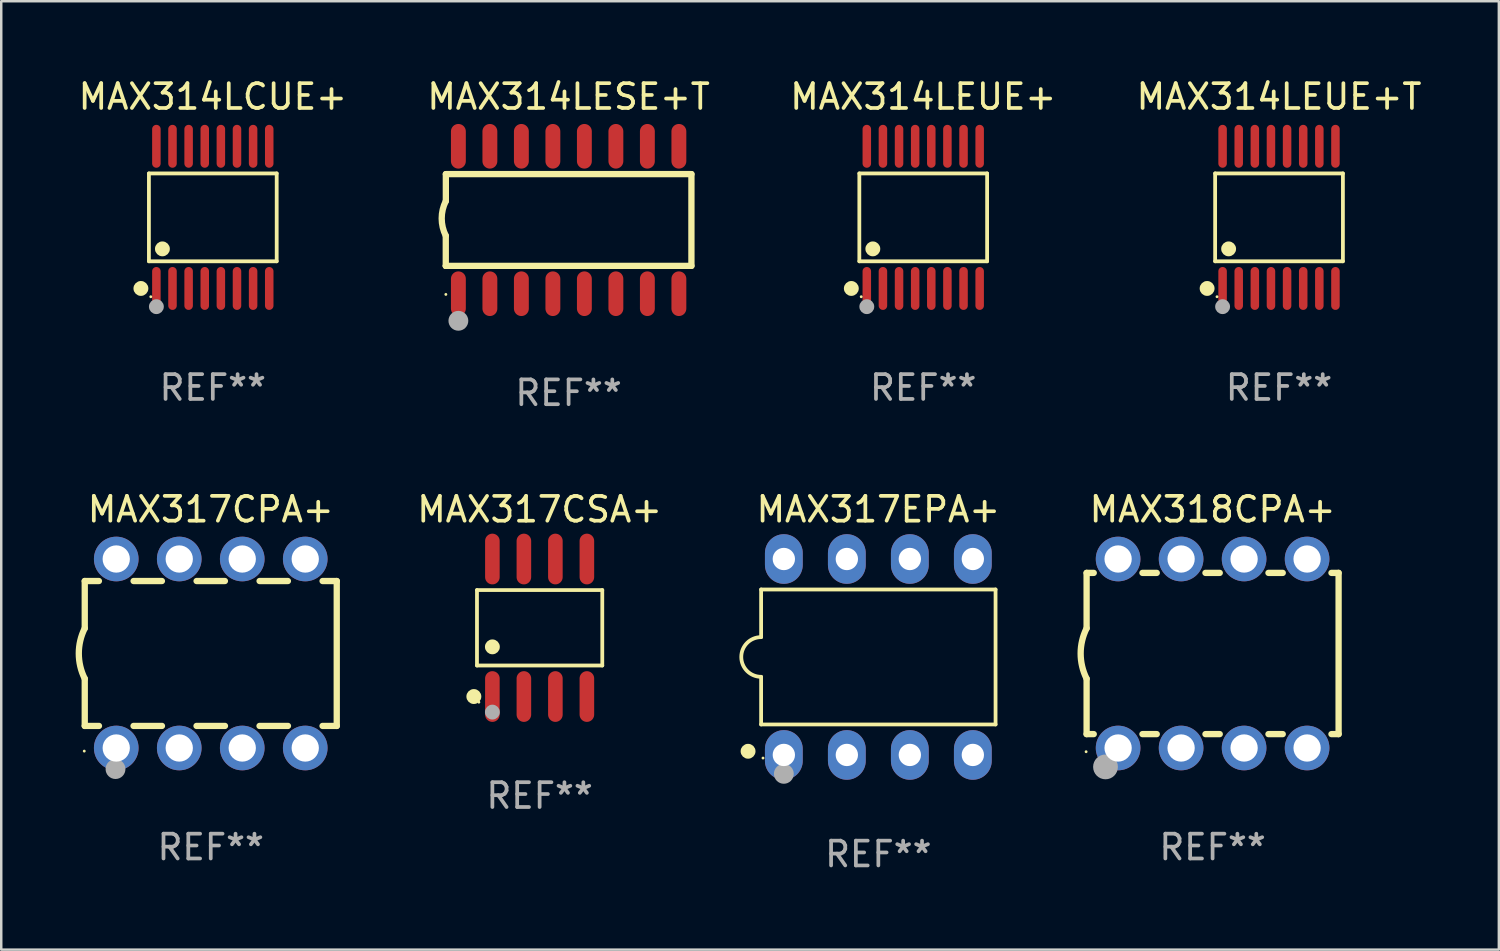
<source format=kicad_pcb>
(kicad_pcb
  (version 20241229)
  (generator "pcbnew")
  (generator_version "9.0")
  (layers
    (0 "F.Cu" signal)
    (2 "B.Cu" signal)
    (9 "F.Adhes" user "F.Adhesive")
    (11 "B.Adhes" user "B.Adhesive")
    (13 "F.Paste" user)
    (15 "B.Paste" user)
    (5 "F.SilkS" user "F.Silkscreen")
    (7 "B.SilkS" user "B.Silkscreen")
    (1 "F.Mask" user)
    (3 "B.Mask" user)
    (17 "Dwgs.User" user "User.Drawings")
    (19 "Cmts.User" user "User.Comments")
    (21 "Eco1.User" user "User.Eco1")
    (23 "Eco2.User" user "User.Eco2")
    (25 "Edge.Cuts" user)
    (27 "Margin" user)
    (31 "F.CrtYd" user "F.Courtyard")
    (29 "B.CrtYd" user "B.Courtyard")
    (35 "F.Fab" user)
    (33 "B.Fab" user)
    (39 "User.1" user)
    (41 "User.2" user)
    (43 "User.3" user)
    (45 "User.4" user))
  (footprint "MAX314LEUE+"
    (layer "F.Cu")
    (at 34.173 5.714)
    (property "Reference" "MAX314LEUE+" (at 0 -4.866 0) (layer "F.SilkS") (effects (font (size 1 1) (thickness 0.15))))
    (attr through_hole)
    (fp_line (start -2.576 -1.772) (end 2.576 -1.772) (stroke (width 0.152) (type solid)) (layer "F.SilkS"))
    (fp_line (start -2.576 1.771) (end -2.576 -1.772) (stroke (width 0.152) (type solid)) (layer "F.SilkS"))
    (fp_line (start 2.576 -1.772) (end 2.576 1.771) (stroke (width 0.152) (type solid)) (layer "F.SilkS"))
    (fp_line (start 2.576 1.771) (end -2.576 1.771) (stroke (width 0.152) (type solid)) (layer "F.SilkS"))
    (fp_circle (center -2.899 2.866) (end -2.749 2.866) (stroke (width 0.3) (type solid)) (fill no) (layer "F.SilkS"))
    (fp_circle (center -2.5 3.2) (end -2.47 3.2) (stroke (width 0.06) (type solid)) (fill no) (layer "F.SilkS"))
    (fp_circle (center -2.032 1.27) (end -1.882 1.27) (stroke (width 0.3) (type solid)) (fill no) (layer "F.SilkS"))
    (fp_circle (center -2.275 3.6) (end -2.125 3.6) (stroke (width 0.3) (type solid)) (fill no) (layer "F.Fab"))
    (fp_text user "REF**" (at 0 6.866 0) (layer "F.Fab") (effects (font (size 1 1) (thickness 0.15))))
    (pad "1" smd oval (at -2.275 2.866) (size 0.343 1.731) (layers "F.Cu" "F.Mask" "F.Paste"))
    (pad "2" smd oval (at -1.625 2.866) (size 0.343 1.731) (layers "F.Cu" "F.Mask" "F.Paste"))
    (pad "3" smd oval (at -0.975 2.866) (size 0.343 1.731) (layers "F.Cu" "F.Mask" "F.Paste"))
    (pad "4" smd oval (at -0.325 2.866) (size 0.343 1.731) (layers "F.Cu" "F.Mask" "F.Paste"))
    (pad "5" smd oval (at 0.325 2.866) (size 0.343 1.731) (layers "F.Cu" "F.Mask" "F.Paste"))
    (pad "6" smd oval (at 0.975 2.866) (size 0.343 1.731) (layers "F.Cu" "F.Mask" "F.Paste"))
    (pad "7" smd oval (at 1.625 2.866) (size 0.343 1.731) (layers "F.Cu" "F.Mask" "F.Paste"))
    (pad "8" smd oval (at 2.275 2.866) (size 0.343 1.731) (layers "F.Cu" "F.Mask" "F.Paste"))
    (pad "9" smd oval (at 2.275 -2.866) (size 0.343 1.731) (layers "F.Cu" "F.Mask" "F.Paste"))
    (pad "10" smd oval (at 1.625 -2.866) (size 0.343 1.731) (layers "F.Cu" "F.Mask" "F.Paste"))
    (pad "11" smd oval (at 0.975 -2.866) (size 0.343 1.731) (layers "F.Cu" "F.Mask" "F.Paste"))
    (pad "12" smd oval (at 0.325 -2.866) (size 0.343 1.731) (layers "F.Cu" "F.Mask" "F.Paste"))
    (pad "13" smd oval (at -0.325 -2.866) (size 0.343 1.731) (layers "F.Cu" "F.Mask" "F.Paste"))
    (pad "14" smd oval (at -0.975 -2.866) (size 0.343 1.731) (layers "F.Cu" "F.Mask" "F.Paste"))
    (pad "15" smd oval (at -1.625 -2.866) (size 0.343 1.731) (layers "F.Cu" "F.Mask" "F.Paste"))
    (pad "16" smd oval (at -2.275 -2.866) (size 0.343 1.731) (layers "F.Cu" "F.Mask" "F.Paste")))
  (footprint "MAX314LESE+T"
    (layer "F.Cu")
    (at 19.875 5.82)
    (property "Reference" "MAX314LESE+T" (at 0 -4.972 0) (layer "F.SilkS") (effects (font (size 1 1) (thickness 0.15))))
    (attr through_hole)
    (fp_line (start -4.952 0.635) (end -4.952 1.85) (stroke (width 0.254) (type solid)) (layer "F.SilkS"))
    (fp_line (start -4.952 1.85) (end -4.949 1.85) (stroke (width 0.254) (type solid)) (layer "F.SilkS"))
    (fp_line (start -4.949 -1.85) (end -4.949 -0.762) (stroke (width 0.254) (type solid)) (layer "F.SilkS"))
    (fp_line (start -4.949 1.85) (end 4.952 1.85) (stroke (width 0.254) (type solid)) (layer "F.SilkS"))
    (fp_line (start 4.952 -1.85) (end -4.949 -1.85) (stroke (width 0.254) (type solid)) (layer "F.SilkS"))
    (fp_line (start 4.952 1.85) (end 4.952 -1.85) (stroke (width 0.254) (type solid)) (layer "F.SilkS"))
    (fp_arc (start -4.951524 0.635001) (mid -5.116418 -0.0635) (end -4.951524 -0.762002) (stroke (width 0.254001) (type solid)) (layer "F.SilkS"))
    (fp_circle (center -4.949 3) (end -4.919 3) (stroke (width 0.06) (type solid)) (fill no) (layer "F.SilkS"))
    (fp_circle (center -4.444 4.064) (end -4.244 4.064) (stroke (width 0.4) (type solid)) (fill no) (layer "F.Fab"))
    (fp_text user "REF**" (at 0 6.972 0) (layer "F.Fab") (effects (font (size 1 1) (thickness 0.15))))
    (pad "1" smd oval (at -4.444 2.972 180) (size 0.6 1.8) (layers "F.Cu" "F.Mask" "F.Paste"))
    (pad "2" smd oval (at -3.174 2.972 180) (size 0.6 1.8) (layers "F.Cu" "F.Mask" "F.Paste"))
    (pad "3" smd oval (at -1.904 2.972 180) (size 0.6 1.8) (layers "F.Cu" "F.Mask" "F.Paste"))
    (pad "4" smd oval (at -0.634 2.972 180) (size 0.6 1.8) (layers "F.Cu" "F.Mask" "F.Paste"))
    (pad "5" smd oval (at 0.636 2.972 180) (size 0.6 1.8) (layers "F.Cu" "F.Mask" "F.Paste"))
    (pad "6" smd oval (at 1.906 2.972 180) (size 0.6 1.8) (layers "F.Cu" "F.Mask" "F.Paste"))
    (pad "7" smd oval (at 3.176 2.972 180) (size 0.6 1.8) (layers "F.Cu" "F.Mask" "F.Paste"))
    (pad "8" smd oval (at 4.446 2.972 180) (size 0.6 1.8) (layers "F.Cu" "F.Mask" "F.Paste"))
    (pad "9" smd oval (at 4.446 -2.972 180) (size 0.6 1.8) (layers "F.Cu" "F.Mask" "F.Paste"))
    (pad "10" smd oval (at 3.176 -2.972 180) (size 0.6 1.8) (layers "F.Cu" "F.Mask" "F.Paste"))
    (pad "11" smd oval (at 1.906 -2.972 180) (size 0.6 1.8) (layers "F.Cu" "F.Mask" "F.Paste"))
    (pad "12" smd oval (at 0.636 -2.972 180) (size 0.6 1.8) (layers "F.Cu" "F.Mask" "F.Paste"))
    (pad "13" smd oval (at -0.634 -2.972 180) (size 0.6 1.8) (layers "F.Cu" "F.Mask" "F.Paste"))
    (pad "14" smd oval (at -1.904 -2.972 180) (size 0.6 1.8) (layers "F.Cu" "F.Mask" "F.Paste"))
    (pad "15" smd oval (at -3.174 -2.972 180) (size 0.6 1.8) (layers "F.Cu" "F.Mask" "F.Paste"))
    (pad "16" smd oval (at -4.444 -2.972 180) (size 0.6 1.8) (layers "F.Cu" "F.Mask" "F.Paste")))
  (footprint "MAX314LEUE+T"
    (layer "F.Cu")
    (at 48.518 5.714)
    (property "Reference" "MAX314LEUE+T" (at 0 -4.866 0) (layer "F.SilkS") (effects (font (size 1 1) (thickness 0.15))))
    (attr through_hole)
    (fp_line (start -2.576 -1.772) (end 2.576 -1.772) (stroke (width 0.152) (type solid)) (layer "F.SilkS"))
    (fp_line (start -2.576 1.771) (end -2.576 -1.772) (stroke (width 0.152) (type solid)) (layer "F.SilkS"))
    (fp_line (start 2.576 -1.772) (end 2.576 1.771) (stroke (width 0.152) (type solid)) (layer "F.SilkS"))
    (fp_line (start 2.576 1.771) (end -2.576 1.771) (stroke (width 0.152) (type solid)) (layer "F.SilkS"))
    (fp_circle (center -2.899 2.866) (end -2.749 2.866) (stroke (width 0.3) (type solid)) (fill no) (layer "F.SilkS"))
    (fp_circle (center -2.5 3.2) (end -2.47 3.2) (stroke (width 0.06) (type solid)) (fill no) (layer "F.SilkS"))
    (fp_circle (center -2.032 1.27) (end -1.882 1.27) (stroke (width 0.3) (type solid)) (fill no) (layer "F.SilkS"))
    (fp_circle (center -2.275 3.6) (end -2.125 3.6) (stroke (width 0.3) (type solid)) (fill no) (layer "F.Fab"))
    (fp_text user "REF**" (at 0 6.866 0) (layer "F.Fab") (effects (font (size 1 1) (thickness 0.15))))
    (pad "1" smd oval (at -2.275 2.866) (size 0.343 1.731) (layers "F.Cu" "F.Mask" "F.Paste"))
    (pad "2" smd oval (at -1.625 2.866) (size 0.343 1.731) (layers "F.Cu" "F.Mask" "F.Paste"))
    (pad "3" smd oval (at -0.975 2.866) (size 0.343 1.731) (layers "F.Cu" "F.Mask" "F.Paste"))
    (pad "4" smd oval (at -0.325 2.866) (size 0.343 1.731) (layers "F.Cu" "F.Mask" "F.Paste"))
    (pad "5" smd oval (at 0.325 2.866) (size 0.343 1.731) (layers "F.Cu" "F.Mask" "F.Paste"))
    (pad "6" smd oval (at 0.975 2.866) (size 0.343 1.731) (layers "F.Cu" "F.Mask" "F.Paste"))
    (pad "7" smd oval (at 1.625 2.866) (size 0.343 1.731) (layers "F.Cu" "F.Mask" "F.Paste"))
    (pad "8" smd oval (at 2.275 2.866) (size 0.343 1.731) (layers "F.Cu" "F.Mask" "F.Paste"))
    (pad "9" smd oval (at 2.275 -2.866) (size 0.343 1.731) (layers "F.Cu" "F.Mask" "F.Paste"))
    (pad "10" smd oval (at 1.625 -2.866) (size 0.343 1.731) (layers "F.Cu" "F.Mask" "F.Paste"))
    (pad "11" smd oval (at 0.975 -2.866) (size 0.343 1.731) (layers "F.Cu" "F.Mask" "F.Paste"))
    (pad "12" smd oval (at 0.325 -2.866) (size 0.343 1.731) (layers "F.Cu" "F.Mask" "F.Paste"))
    (pad "13" smd oval (at -0.325 -2.866) (size 0.343 1.731) (layers "F.Cu" "F.Mask" "F.Paste"))
    (pad "14" smd oval (at -0.975 -2.866) (size 0.343 1.731) (layers "F.Cu" "F.Mask" "F.Paste"))
    (pad "15" smd oval (at -1.625 -2.866) (size 0.343 1.731) (layers "F.Cu" "F.Mask" "F.Paste"))
    (pad "16" smd oval (at -2.275 -2.866) (size 0.343 1.731) (layers "F.Cu" "F.Mask" "F.Paste")))
  (footprint "MAX318CPA+"
    (layer "F.Cu")
    (at 45.84 23.298)
    (property "Reference" "MAX318CPA+" (at 0 -5.81 0) (layer "F.SilkS") (effects (font (size 1 1) (thickness 0.15))))
    (attr through_hole)
    (fp_line (start -5.08 -3.25) (end -5.08 -1.017) (stroke (width 0.254) (type solid)) (layer "F.SilkS"))
    (fp_line (start -5.08 -3.25) (end -4.792 -3.25) (stroke (width 0.254) (type solid)) (layer "F.SilkS"))
    (fp_line (start -5.08 3.25) (end -5.08 1.015) (stroke (width 0.254) (type solid)) (layer "F.SilkS"))
    (fp_line (start -5.08 3.25) (end -4.792 3.25) (stroke (width 0.254) (type solid)) (layer "F.SilkS"))
    (fp_line (start -2.828 -3.25) (end -2.252 -3.25) (stroke (width 0.254) (type solid)) (layer "F.SilkS"))
    (fp_line (start -2.828 3.25) (end -2.252 3.25) (stroke (width 0.254) (type solid)) (layer "F.SilkS"))
    (fp_line (start -0.288 -3.25) (end 0.288 -3.25) (stroke (width 0.254) (type solid)) (layer "F.SilkS"))
    (fp_line (start -0.288 3.25) (end 0.288 3.25) (stroke (width 0.254) (type solid)) (layer "F.SilkS"))
    (fp_line (start 2.252 -3.25) (end 2.828 -3.25) (stroke (width 0.254) (type solid)) (layer "F.SilkS"))
    (fp_line (start 2.252 3.25) (end 2.828 3.25) (stroke (width 0.254) (type solid)) (layer "F.SilkS"))
    (fp_line (start 4.792 -3.25) (end 5.08 -3.25) (stroke (width 0.254) (type solid)) (layer "F.SilkS"))
    (fp_line (start 4.792 3.25) (end 5.08 3.25) (stroke (width 0.254) (type solid)) (layer "F.SilkS"))
    (fp_line (start 5.08 -3.25) (end 5.08 3.25) (stroke (width 0.254) (type solid)) (layer "F.SilkS"))
    (fp_arc (start -5.08001 1.01524) (mid -5.319856 -0.000762) (end -5.08001 -1.016764) (stroke (width 0.254001) (type solid)) (layer "F.SilkS"))
    (fp_circle (center -5.1 3.96) (end -5.07 3.96) (stroke (width 0.06) (type solid)) (fill no) (layer "F.SilkS"))
    (fp_circle (center -4.318 4.572) (end -4.068 4.572) (stroke (width 0.5) (type solid)) (fill no) (layer "F.Fab"))
    (fp_text user "REF**" (at 0 7.81 0) (layer "F.Fab") (effects (font (size 1 1) (thickness 0.15))))
    (pad "1" thru_hole circle (at -3.81 3.81) (size 1.8 1.8) (drill 1.1) (layers "*.Cu" "*.Mask"))
    (pad "2" thru_hole circle (at -1.27 3.81) (size 1.8 1.8) (drill 1.1) (layers "*.Cu" "*.Mask"))
    (pad "3" thru_hole circle (at 1.27 3.81) (size 1.8 1.8) (drill 1.1) (layers "*.Cu" "*.Mask"))
    (pad "4" thru_hole circle (at 3.81 3.81) (size 1.8 1.8) (drill 1.1) (layers "*.Cu" "*.Mask"))
    (pad "5" thru_hole circle (at 3.81 -3.81) (size 1.8 1.8) (drill 1.1) (layers "*.Cu" "*.Mask"))
    (pad "6" thru_hole circle (at 1.27 -3.81) (size 1.8 1.8) (drill 1.1) (layers "*.Cu" "*.Mask"))
    (pad "7" thru_hole circle (at -1.27 -3.81) (size 1.8 1.8) (drill 1.1) (layers "*.Cu" "*.Mask"))
    (pad "8" thru_hole circle (at -3.81 -3.81) (size 1.8 1.8) (drill 1.1) (layers "*.Cu" "*.Mask")))
  (footprint "MAX317CPA+"
    (layer "F.Cu")
    (at 5.447 23.298)
    (property "Reference" "MAX317CPA+" (at 0 -5.81 0) (layer "F.SilkS") (effects (font (size 1 1) (thickness 0.15))))
    (attr through_hole)
    (fp_line (start -5.08 -2.922) (end -5.08 -1.017) (stroke (width 0.254) (type solid)) (layer "F.SilkS"))
    (fp_line (start -5.08 -2.922) (end -4.509 -2.922) (stroke (width 0.254) (type solid)) (layer "F.SilkS"))
    (fp_line (start -5.08 2.92) (end -5.08 1.015) (stroke (width 0.254) (type solid)) (layer "F.SilkS"))
    (fp_line (start -5.08 2.92) (end -4.507 2.92) (stroke (width 0.254) (type solid)) (layer "F.SilkS"))
    (fp_line (start -3.113 2.92) (end -1.967 2.92) (stroke (width 0.254) (type solid)) (layer "F.SilkS"))
    (fp_line (start -3.111 -2.922) (end -1.969 -2.922) (stroke (width 0.254) (type solid)) (layer "F.SilkS"))
    (fp_line (start -0.573 2.92) (end 0.573 2.92) (stroke (width 0.254) (type solid)) (layer "F.SilkS"))
    (fp_line (start -0.571 -2.922) (end 0.571 -2.922) (stroke (width 0.254) (type solid)) (layer "F.SilkS"))
    (fp_line (start 1.967 2.92) (end 3.113 2.92) (stroke (width 0.254) (type solid)) (layer "F.SilkS"))
    (fp_line (start 1.969 -2.922) (end 3.111 -2.922) (stroke (width 0.254) (type solid)) (layer "F.SilkS"))
    (fp_line (start 4.507 2.92) (end 5.08 2.92) (stroke (width 0.254) (type solid)) (layer "F.SilkS"))
    (fp_line (start 4.509 -2.922) (end 5.08 -2.922) (stroke (width 0.254) (type solid)) (layer "F.SilkS"))
    (fp_line (start 5.08 -2.922) (end 5.08 2.92) (stroke (width 0.254) (type solid)) (layer "F.SilkS"))
    (fp_arc (start -5.08001 1.01524) (mid -5.319856 -0.000762) (end -5.08001 -1.016764) (stroke (width 0.254001) (type solid)) (layer "F.SilkS"))
    (fp_circle (center -5.1 3.935) (end -5.07 3.935) (stroke (width 0.06) (type solid)) (fill no) (layer "F.SilkS"))
    (fp_circle (center -3.84 4.66) (end -3.64 4.66) (stroke (width 0.4) (type solid)) (fill no) (layer "F.Fab"))
    (fp_text user "REF**" (at 0 7.81 0) (layer "F.Fab") (effects (font (size 1 1) (thickness 0.15))))
    (pad "1" thru_hole circle (at -3.81 3.81) (size 1.8 1.8) (drill 1.1) (layers "*.Cu" "*.Mask"))
    (pad "2" thru_hole circle (at -1.27 3.81) (size 1.8 1.8) (drill 1.1) (layers "*.Cu" "*.Mask"))
    (pad "3" thru_hole circle (at 1.27 3.81) (size 1.8 1.8) (drill 1.1) (layers "*.Cu" "*.Mask"))
    (pad "4" thru_hole circle (at 3.81 3.81) (size 1.8 1.8) (drill 1.1) (layers "*.Cu" "*.Mask"))
    (pad "5" thru_hole circle (at 3.81 -3.81) (size 1.8 1.8) (drill 1.1) (layers "*.Cu" "*.Mask"))
    (pad "6" thru_hole circle (at 1.27 -3.81) (size 1.8 1.8) (drill 1.1) (layers "*.Cu" "*.Mask"))
    (pad "7" thru_hole circle (at -1.27 -3.81) (size 1.8 1.8) (drill 1.1) (layers "*.Cu" "*.Mask"))
    (pad "8" thru_hole circle (at -3.81 -3.81) (size 1.8 1.8) (drill 1.1) (layers "*.Cu" "*.Mask")))
  (footprint "MAX317EPA+"
    (layer "F.Cu")
    (at 32.363 23.438)
    (property "Reference" "MAX317EPA+" (at 0 -5.95 0) (layer "F.SilkS") (effects (font (size 1 1) (thickness 0.15))))
    (attr through_hole)
    (fp_line (start -4.726 -2.721) (end -4.726 -0.8) (stroke (width 0.152) (type solid)) (layer "F.SilkS"))
    (fp_line (start -4.726 0.8) (end -4.726 2.721) (stroke (width 0.152) (type solid)) (layer "F.SilkS"))
    (fp_line (start -4.726 2.721) (end 4.726 2.721) (stroke (width 0.152) (type solid)) (layer "F.SilkS"))
    (fp_line (start 4.726 -2.721) (end -4.726 -2.721) (stroke (width 0.152) (type solid)) (layer "F.SilkS"))
    (fp_line (start 4.726 2.721) (end 4.726 -2.721) (stroke (width 0.152) (type solid)) (layer "F.SilkS"))
    (fp_arc (start -4.726213 0.8) (mid -5.526213 0) (end -4.726213 -0.8) (stroke (width 0.1524) (type solid)) (layer "F.SilkS"))
    (fp_circle (center -5.252 3.802) (end -5.102 3.802) (stroke (width 0.3) (type solid)) (fill no) (layer "F.SilkS"))
    (fp_circle (center -4.65 4.075) (end -4.62 4.075) (stroke (width 0.06) (type solid)) (fill no) (layer "F.SilkS"))
    (fp_circle (center -3.81 4.712) (end -3.61 4.712) (stroke (width 0.4) (type solid)) (fill no) (layer "F.Fab"))
    (fp_text user "REF**" (at 0 7.95 0) (layer "F.Fab") (effects (font (size 1 1) (thickness 0.15))))
    (pad "1" thru_hole oval (at -3.81 3.95) (size 1.524 2) (drill 0.9) (layers "*.Cu" "*.Mask"))
    (pad "2" thru_hole oval (at -1.27 3.95) (size 1.524 2) (drill 0.9) (layers "*.Cu" "*.Mask"))
    (pad "3" thru_hole oval (at 1.27 3.95) (size 1.524 2) (drill 0.9) (layers "*.Cu" "*.Mask"))
    (pad "4" thru_hole oval (at 3.81 3.95) (size 1.524 2) (drill 0.9) (layers "*.Cu" "*.Mask"))
    (pad "5" thru_hole oval (at 3.81 -3.95) (size 1.524 2) (drill 0.9) (layers "*.Cu" "*.Mask"))
    (pad "6" thru_hole oval (at 1.27 -3.95) (size 1.524 2) (drill 0.9) (layers "*.Cu" "*.Mask"))
    (pad "7" thru_hole oval (at -1.27 -3.95) (size 1.524 2) (drill 0.9) (layers "*.Cu" "*.Mask"))
    (pad "8" thru_hole oval (at -3.81 -3.95) (size 1.524 2) (drill 0.9) (layers "*.Cu" "*.Mask")))
  (footprint "MAX317CSA+"
    (layer "F.Cu")
    (at 18.707 22.261)
    (property "Reference" "MAX317CSA+" (at 0 -4.772 0) (layer "F.SilkS") (effects (font (size 1 1) (thickness 0.15))))
    (attr through_hole)
    (fp_line (start -2.526 -1.521) (end 2.526 -1.521) (stroke (width 0.152) (type solid)) (layer "F.SilkS"))
    (fp_line (start -2.526 1.521) (end -2.526 -1.521) (stroke (width 0.152) (type solid)) (layer "F.SilkS"))
    (fp_line (start 2.526 -1.521) (end 2.526 1.521) (stroke (width 0.152) (type solid)) (layer "F.SilkS"))
    (fp_line (start 2.526 1.521) (end -2.526 1.521) (stroke (width 0.152) (type solid)) (layer "F.SilkS"))
    (fp_circle (center -2.652 2.772) (end -2.501 2.772) (stroke (width 0.3) (type solid)) (fill no) (layer "F.SilkS"))
    (fp_circle (center -2.45 3) (end -2.42 3) (stroke (width 0.06) (type solid)) (fill no) (layer "F.SilkS"))
    (fp_circle (center -1.905 0.769) (end -1.755 0.769) (stroke (width 0.3) (type solid)) (fill no) (layer "F.SilkS"))
    (fp_circle (center -1.905 3.4) (end -1.755 3.4) (stroke (width 0.3) (type solid)) (fill no) (layer "F.Fab"))
    (fp_text user "REF**" (at 0 6.772 0) (layer "F.Fab") (effects (font (size 1 1) (thickness 0.15))))
    (pad "1" smd oval (at -1.905 2.772) (size 0.588 2.045) (layers "F.Cu" "F.Mask" "F.Paste"))
    (pad "2" smd oval (at -0.635 2.772) (size 0.588 2.045) (layers "F.Cu" "F.Mask" "F.Paste"))
    (pad "3" smd oval (at 0.635 2.772) (size 0.588 2.045) (layers "F.Cu" "F.Mask" "F.Paste"))
    (pad "4" smd oval (at 1.905 2.772) (size 0.588 2.045) (layers "F.Cu" "F.Mask" "F.Paste"))
    (pad "5" smd oval (at 1.905 -2.772) (size 0.588 2.045) (layers "F.Cu" "F.Mask" "F.Paste"))
    (pad "6" smd oval (at 0.635 -2.772) (size 0.588 2.045) (layers "F.Cu" "F.Mask" "F.Paste"))
    (pad "7" smd oval (at -0.635 -2.772) (size 0.588 2.045) (layers "F.Cu" "F.Mask" "F.Paste"))
    (pad "8" smd oval (at -1.905 -2.772) (size 0.588 2.045) (layers "F.Cu" "F.Mask" "F.Paste")))
  (footprint "MAX314LCUE+"
    (layer "F.Cu")
    (at 5.53 5.714)
    (property "Reference" "MAX314LCUE+" (at 0 -4.866 0) (layer "F.SilkS") (effects (font (size 1 1) (thickness 0.15))))
    (attr through_hole)
    (fp_line (start -2.576 -1.772) (end 2.576 -1.772) (stroke (width 0.152) (type solid)) (layer "F.SilkS"))
    (fp_line (start -2.576 1.771) (end -2.576 -1.772) (stroke (width 0.152) (type solid)) (layer "F.SilkS"))
    (fp_line (start 2.576 -1.772) (end 2.576 1.771) (stroke (width 0.152) (type solid)) (layer "F.SilkS"))
    (fp_line (start 2.576 1.771) (end -2.576 1.771) (stroke (width 0.152) (type solid)) (layer "F.SilkS"))
    (fp_circle (center -2.899 2.866) (end -2.749 2.866) (stroke (width 0.3) (type solid)) (fill no) (layer "F.SilkS"))
    (fp_circle (center -2.5 3.2) (end -2.47 3.2) (stroke (width 0.06) (type solid)) (fill no) (layer "F.SilkS"))
    (fp_circle (center -2.032 1.27) (end -1.882 1.27) (stroke (width 0.3) (type solid)) (fill no) (layer "F.SilkS"))
    (fp_circle (center -2.275 3.6) (end -2.125 3.6) (stroke (width 0.3) (type solid)) (fill no) (layer "F.Fab"))
    (fp_text user "REF**" (at 0 6.866 0) (layer "F.Fab") (effects (font (size 1 1) (thickness 0.15))))
    (pad "1" smd oval (at -2.275 2.866) (size 0.343 1.731) (layers "F.Cu" "F.Mask" "F.Paste"))
    (pad "2" smd oval (at -1.625 2.866) (size 0.343 1.731) (layers "F.Cu" "F.Mask" "F.Paste"))
    (pad "3" smd oval (at -0.975 2.866) (size 0.343 1.731) (layers "F.Cu" "F.Mask" "F.Paste"))
    (pad "4" smd oval (at -0.325 2.866) (size 0.343 1.731) (layers "F.Cu" "F.Mask" "F.Paste"))
    (pad "5" smd oval (at 0.325 2.866) (size 0.343 1.731) (layers "F.Cu" "F.Mask" "F.Paste"))
    (pad "6" smd oval (at 0.975 2.866) (size 0.343 1.731) (layers "F.Cu" "F.Mask" "F.Paste"))
    (pad "7" smd oval (at 1.625 2.866) (size 0.343 1.731) (layers "F.Cu" "F.Mask" "F.Paste"))
    (pad "8" smd oval (at 2.275 2.866) (size 0.343 1.731) (layers "F.Cu" "F.Mask" "F.Paste"))
    (pad "9" smd oval (at 2.275 -2.866) (size 0.343 1.731) (layers "F.Cu" "F.Mask" "F.Paste"))
    (pad "10" smd oval (at 1.625 -2.866) (size 0.343 1.731) (layers "F.Cu" "F.Mask" "F.Paste"))
    (pad "11" smd oval (at 0.975 -2.866) (size 0.343 1.731) (layers "F.Cu" "F.Mask" "F.Paste"))
    (pad "12" smd oval (at 0.325 -2.866) (size 0.343 1.731) (layers "F.Cu" "F.Mask" "F.Paste"))
    (pad "13" smd oval (at -0.325 -2.866) (size 0.343 1.731) (layers "F.Cu" "F.Mask" "F.Paste"))
    (pad "14" smd oval (at -0.975 -2.866) (size 0.343 1.731) (layers "F.Cu" "F.Mask" "F.Paste"))
    (pad "15" smd oval (at -1.625 -2.866) (size 0.343 1.731) (layers "F.Cu" "F.Mask" "F.Paste"))
    (pad "16" smd oval (at -2.275 -2.866) (size 0.343 1.731) (layers "F.Cu" "F.Mask" "F.Paste")))
  (gr_rect
    (start -3 -3)
    (end 57.381 35.237)
    (stroke (width 0.1) (type default))
    (fill no)
    (layer "Edge.Cuts")))
</source>
